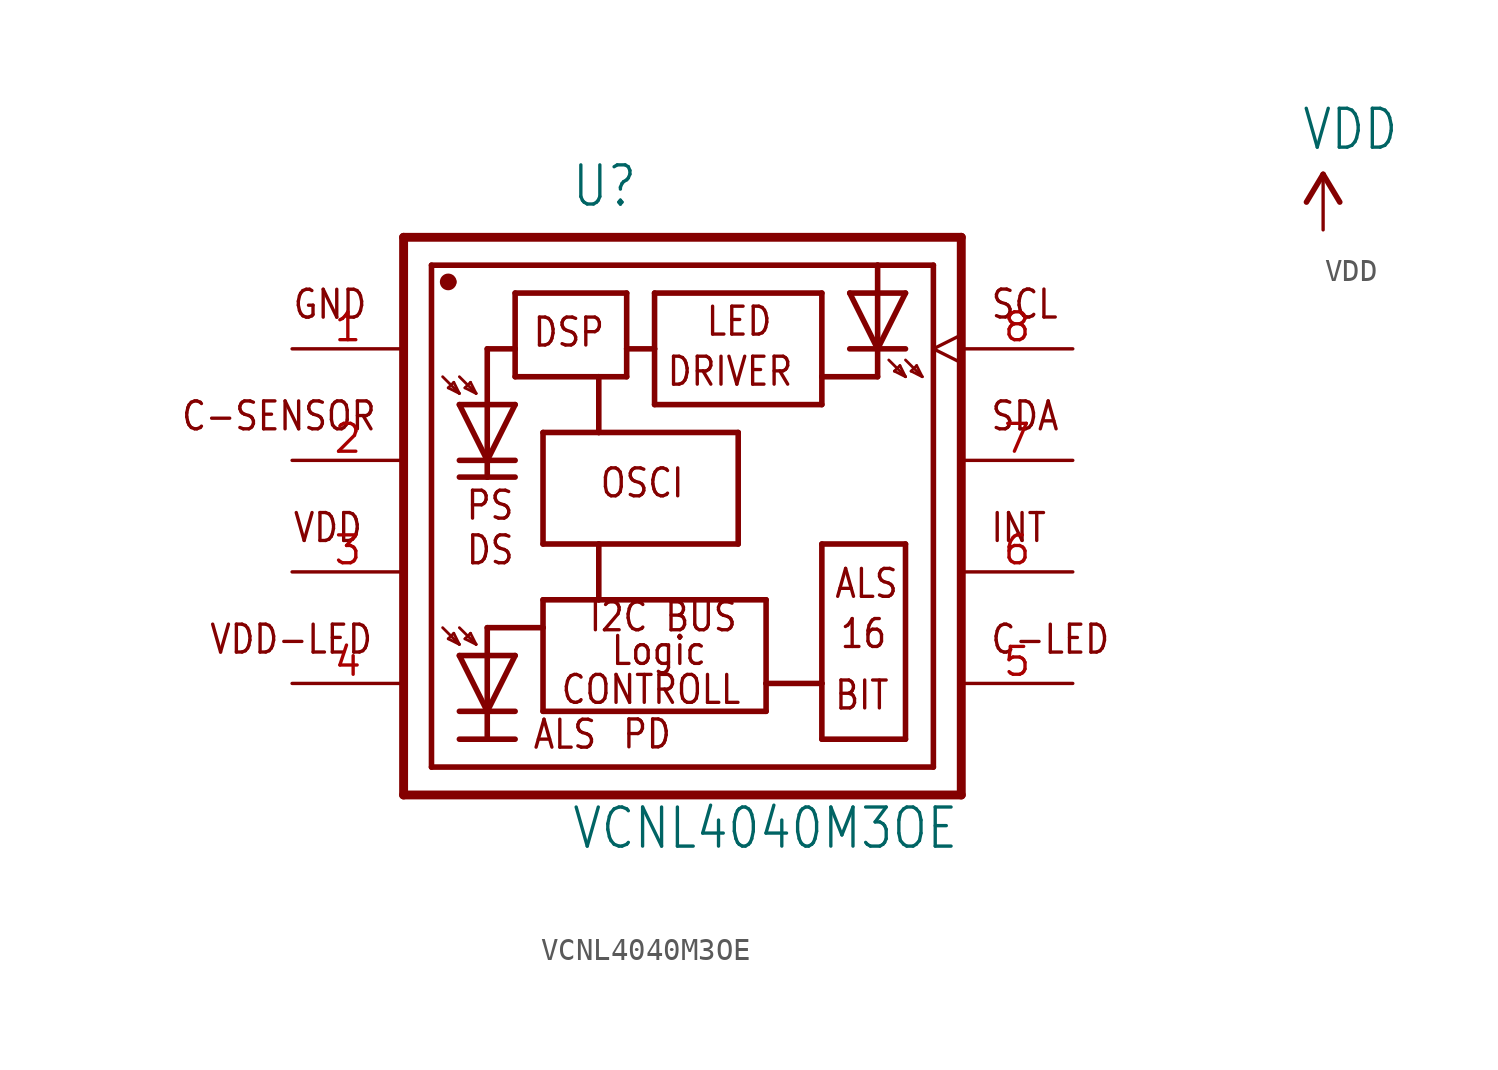
<source format=kicad_sym>
(kicad_symbol_lib
  (version 20211014)
  (generator kicad_symbol_editor)
  (symbol "VCNL4040M3OE"
    (property "Reference" "U"
      (at -5.088 13.992 0)
      (effects (font (size 1.781 1.514)) (justify left bottom)))
    (property "Value" "VCNL4040M3OE"
      (at -5.085 -15.255 0)
      (effects (font (size 1.78 1.513)) (justify left bottom)))
    (property "ki_locked" ""
      (at 0 0 0)
      (effects (font (size 1.27 1.27))))
    (symbol "VCNL4040M3OE_1_0"
      (circle (center -10.668 10.668) (radius 0.18) (stroke (width 0.254) (type default) (color 0 0 0 0)) (fill (type none)))
      (circle (center -10.668 10.668) (radius 0.254) (stroke (width 0.254) (type default) (color 0 0 0 0)) (fill (type none)))
      (circle (center -10.541 10.668) (radius 0.127) (stroke (width 0.254) (type default) (color 0 0 0 0)) (fill (type none)))
      (polyline (pts (xy -12.7 -12.7) (xy -12.7 12.7)) (stroke (width 0.406) (type default) (color 0 0 0 0)) (fill (type none)))
      (polyline (pts (xy -12.7 12.7) (xy 12.7 12.7)) (stroke (width 0.406) (type default) (color 0 0 0 0)) (fill (type none)))
      (polyline (pts (xy -11.43 -11.43) (xy -11.43 11.43)) (stroke (width 0.254) (type default) (color 0 0 0 0)) (fill (type none)))
      (polyline (pts (xy -11.43 11.43) (xy 8.89 11.43)) (stroke (width 0.254) (type default) (color 0 0 0 0)) (fill (type none)))
      (polyline (pts (xy -10.922 -5.08) (xy -10.16 -5.842)) (stroke (width 0.127) (type default) (color 0 0 0 0)) (fill (type none)))
      (polyline (pts (xy -10.922 6.35) (xy -10.16 5.588)) (stroke (width 0.127) (type default) (color 0 0 0 0)) (fill (type none)))
      (polyline (pts (xy -10.668 -5.588) (xy -10.16 -5.842)) (stroke (width 0.127) (type default) (color 0 0 0 0)) (fill (type none)))
      (polyline (pts (xy -10.668 5.842) (xy -10.16 5.588)) (stroke (width 0.127) (type default) (color 0 0 0 0)) (fill (type none)))
      (polyline (pts (xy -10.414 -5.334) (xy -10.668 -5.588)) (stroke (width 0.127) (type default) (color 0 0 0 0)) (fill (type none)))
      (polyline (pts (xy -10.414 6.096) (xy -10.668 5.842)) (stroke (width 0.127) (type default) (color 0 0 0 0)) (fill (type none)))
      (polyline (pts (xy -10.16 -6.35) (xy -8.89 -8.89)) (stroke (width 0.254) (type default) (color 0 0 0 0)) (fill (type none)))
      (polyline (pts (xy -10.16 -5.842) (xy -10.414 -5.334)) (stroke (width 0.127) (type default) (color 0 0 0 0)) (fill (type none)))
      (polyline (pts (xy -10.16 -5.08) (xy -9.398 -5.842)) (stroke (width 0.127) (type default) (color 0 0 0 0)) (fill (type none)))
      (polyline (pts (xy -10.16 2.54) (xy -7.62 2.54)) (stroke (width 0.254) (type default) (color 0 0 0 0)) (fill (type none)))
      (polyline (pts (xy -10.16 5.08) (xy -7.62 5.08)) (stroke (width 0.254) (type default) (color 0 0 0 0)) (fill (type none)))
      (polyline (pts (xy -10.16 5.588) (xy -10.414 6.096)) (stroke (width 0.127) (type default) (color 0 0 0 0)) (fill (type none)))
      (polyline (pts (xy -10.16 6.35) (xy -9.398 5.588)) (stroke (width 0.127) (type default) (color 0 0 0 0)) (fill (type none)))
      (polyline (pts (xy -9.906 -5.588) (xy -9.398 -5.842)) (stroke (width 0.127) (type default) (color 0 0 0 0)) (fill (type none)))
      (polyline (pts (xy -9.906 5.842) (xy -9.398 5.588)) (stroke (width 0.127) (type default) (color 0 0 0 0)) (fill (type none)))
      (polyline (pts (xy -9.652 -5.334) (xy -9.906 -5.588)) (stroke (width 0.127) (type default) (color 0 0 0 0)) (fill (type none)))
      (polyline (pts (xy -9.652 6.096) (xy -9.906 5.842)) (stroke (width 0.127) (type default) (color 0 0 0 0)) (fill (type none)))
      (polyline (pts (xy -9.398 -5.842) (xy -9.652 -5.334)) (stroke (width 0.127) (type default) (color 0 0 0 0)) (fill (type none)))
      (polyline (pts (xy -9.398 5.588) (xy -9.652 6.096)) (stroke (width 0.127) (type default) (color 0 0 0 0)) (fill (type none)))
      (polyline (pts (xy -8.89 -10.16) (xy -10.16 -10.16)) (stroke (width 0.254) (type default) (color 0 0 0 0)) (fill (type none)))
      (polyline (pts (xy -8.89 -10.16) (xy -7.62 -10.16)) (stroke (width 0.254) (type default) (color 0 0 0 0)) (fill (type none)))
      (polyline (pts (xy -8.89 -8.89) (xy -8.89 -10.16)) (stroke (width 0.254) (type default) (color 0 0 0 0)) (fill (type none)))
      (polyline (pts (xy -8.89 -8.89) (xy -7.62 -6.35)) (stroke (width 0.254) (type default) (color 0 0 0 0)) (fill (type none)))
      (polyline (pts (xy -8.89 -5.08) (xy -8.89 -8.89)) (stroke (width 0.254) (type default) (color 0 0 0 0)) (fill (type none)))
      (polyline (pts (xy -8.89 1.778) (xy -10.16 1.778)) (stroke (width 0.254) (type default) (color 0 0 0 0)) (fill (type none)))
      (polyline (pts (xy -8.89 1.778) (xy -7.62 1.778)) (stroke (width 0.254) (type default) (color 0 0 0 0)) (fill (type none)))
      (polyline (pts (xy -8.89 2.54) (xy -10.16 5.08)) (stroke (width 0.254) (type default) (color 0 0 0 0)) (fill (type none)))
      (polyline (pts (xy -8.89 2.54) (xy -8.89 1.778)) (stroke (width 0.254) (type default) (color 0 0 0 0)) (fill (type none)))
      (polyline (pts (xy -8.89 7.62) (xy -8.89 2.54)) (stroke (width 0.254) (type default) (color 0 0 0 0)) (fill (type none)))
      (polyline (pts (xy -7.62 -8.89) (xy -10.16 -8.89)) (stroke (width 0.254) (type default) (color 0 0 0 0)) (fill (type none)))
      (polyline (pts (xy -7.62 -6.35) (xy -10.16 -6.35)) (stroke (width 0.254) (type default) (color 0 0 0 0)) (fill (type none)))
      (polyline (pts (xy -7.62 5.08) (xy -8.89 2.54)) (stroke (width 0.254) (type default) (color 0 0 0 0)) (fill (type none)))
      (polyline (pts (xy -7.62 6.35) (xy -3.81 6.35)) (stroke (width 0.254) (type default) (color 0 0 0 0)) (fill (type none)))
      (polyline (pts (xy -7.62 7.62) (xy -8.89 7.62)) (stroke (width 0.254) (type default) (color 0 0 0 0)) (fill (type none)))
      (polyline (pts (xy -7.62 7.62) (xy -7.62 6.35)) (stroke (width 0.254) (type default) (color 0 0 0 0)) (fill (type none)))
      (polyline (pts (xy -7.62 10.16) (xy -7.62 7.62)) (stroke (width 0.254) (type default) (color 0 0 0 0)) (fill (type none)))
      (polyline (pts (xy -6.35 -8.89) (xy 3.81 -8.89)) (stroke (width 0.254) (type default) (color 0 0 0 0)) (fill (type none)))
      (polyline (pts (xy -6.35 -5.08) (xy -8.89 -5.08)) (stroke (width 0.254) (type default) (color 0 0 0 0)) (fill (type none)))
      (polyline (pts (xy -6.35 -5.08) (xy -6.35 -8.89)) (stroke (width 0.254) (type default) (color 0 0 0 0)) (fill (type none)))
      (polyline (pts (xy -6.35 -3.81) (xy -6.35 -5.08)) (stroke (width 0.254) (type default) (color 0 0 0 0)) (fill (type none)))
      (polyline (pts (xy -6.35 -1.27) (xy -3.81 -1.27)) (stroke (width 0.254) (type default) (color 0 0 0 0)) (fill (type none)))
      (polyline (pts (xy -6.35 3.81) (xy -6.35 -1.27)) (stroke (width 0.254) (type default) (color 0 0 0 0)) (fill (type none)))
      (polyline (pts (xy -3.81 -3.81) (xy -6.35 -3.81)) (stroke (width 0.254) (type default) (color 0 0 0 0)) (fill (type none)))
      (polyline (pts (xy -3.81 -1.27) (xy -3.81 -3.81)) (stroke (width 0.254) (type default) (color 0 0 0 0)) (fill (type none)))
      (polyline (pts (xy -3.81 -1.27) (xy 2.54 -1.27)) (stroke (width 0.254) (type default) (color 0 0 0 0)) (fill (type none)))
      (polyline (pts (xy -3.81 3.81) (xy -6.35 3.81)) (stroke (width 0.254) (type default) (color 0 0 0 0)) (fill (type none)))
      (polyline (pts (xy -3.81 6.35) (xy -3.81 3.81)) (stroke (width 0.254) (type default) (color 0 0 0 0)) (fill (type none)))
      (polyline (pts (xy -3.81 6.35) (xy -2.54 6.35)) (stroke (width 0.254) (type default) (color 0 0 0 0)) (fill (type none)))
      (polyline (pts (xy -2.54 6.35) (xy -2.54 7.62)) (stroke (width 0.254) (type default) (color 0 0 0 0)) (fill (type none)))
      (polyline (pts (xy -2.54 7.62) (xy -2.54 10.16)) (stroke (width 0.254) (type default) (color 0 0 0 0)) (fill (type none)))
      (polyline (pts (xy -2.54 10.16) (xy -7.62 10.16)) (stroke (width 0.254) (type default) (color 0 0 0 0)) (fill (type none)))
      (polyline (pts (xy -1.27 5.08) (xy 6.35 5.08)) (stroke (width 0.254) (type default) (color 0 0 0 0)) (fill (type none)))
      (polyline (pts (xy -1.27 7.62) (xy -2.54 7.62)) (stroke (width 0.254) (type default) (color 0 0 0 0)) (fill (type none)))
      (polyline (pts (xy -1.27 7.62) (xy -1.27 5.08)) (stroke (width 0.254) (type default) (color 0 0 0 0)) (fill (type none)))
      (polyline (pts (xy -1.27 10.16) (xy -1.27 7.62)) (stroke (width 0.254) (type default) (color 0 0 0 0)) (fill (type none)))
      (polyline (pts (xy 2.54 -1.27) (xy 2.54 3.81)) (stroke (width 0.254) (type default) (color 0 0 0 0)) (fill (type none)))
      (polyline (pts (xy 2.54 3.81) (xy -3.81 3.81)) (stroke (width 0.254) (type default) (color 0 0 0 0)) (fill (type none)))
      (polyline (pts (xy 3.81 -8.89) (xy 3.81 -7.62)) (stroke (width 0.254) (type default) (color 0 0 0 0)) (fill (type none)))
      (polyline (pts (xy 3.81 -7.62) (xy 3.81 -3.81)) (stroke (width 0.254) (type default) (color 0 0 0 0)) (fill (type none)))
      (polyline (pts (xy 3.81 -7.62) (xy 6.35 -7.62)) (stroke (width 0.254) (type default) (color 0 0 0 0)) (fill (type none)))
      (polyline (pts (xy 3.81 -3.81) (xy -3.81 -3.81)) (stroke (width 0.254) (type default) (color 0 0 0 0)) (fill (type none)))
      (polyline (pts (xy 6.35 -10.16) (xy 6.35 -7.62)) (stroke (width 0.254) (type default) (color 0 0 0 0)) (fill (type none)))
      (polyline (pts (xy 6.35 -7.62) (xy 6.35 -1.27)) (stroke (width 0.254) (type default) (color 0 0 0 0)) (fill (type none)))
      (polyline (pts (xy 6.35 -1.27) (xy 10.16 -1.27)) (stroke (width 0.254) (type default) (color 0 0 0 0)) (fill (type none)))
      (polyline (pts (xy 6.35 5.08) (xy 6.35 6.35)) (stroke (width 0.254) (type default) (color 0 0 0 0)) (fill (type none)))
      (polyline (pts (xy 6.35 6.35) (xy 6.35 10.16)) (stroke (width 0.254) (type default) (color 0 0 0 0)) (fill (type none)))
      (polyline (pts (xy 6.35 6.35) (xy 8.89 6.35)) (stroke (width 0.254) (type default) (color 0 0 0 0)) (fill (type none)))
      (polyline (pts (xy 6.35 10.16) (xy -1.27 10.16)) (stroke (width 0.254) (type default) (color 0 0 0 0)) (fill (type none)))
      (polyline (pts (xy 7.62 7.62) (xy 10.16 7.62)) (stroke (width 0.254) (type default) (color 0 0 0 0)) (fill (type none)))
      (polyline (pts (xy 7.62 10.16) (xy 8.89 7.62)) (stroke (width 0.254) (type default) (color 0 0 0 0)) (fill (type none)))
      (polyline (pts (xy 8.89 6.35) (xy 8.89 7.62)) (stroke (width 0.254) (type default) (color 0 0 0 0)) (fill (type none)))
      (polyline (pts (xy 8.89 7.62) (xy 8.89 11.43)) (stroke (width 0.254) (type default) (color 0 0 0 0)) (fill (type none)))
      (polyline (pts (xy 8.89 7.62) (xy 10.16 10.16)) (stroke (width 0.254) (type default) (color 0 0 0 0)) (fill (type none)))
      (polyline (pts (xy 8.89 11.43) (xy 11.43 11.43)) (stroke (width 0.254) (type default) (color 0 0 0 0)) (fill (type none)))
      (polyline (pts (xy 9.398 7.112) (xy 10.16 6.35)) (stroke (width 0.127) (type default) (color 0 0 0 0)) (fill (type none)))
      (polyline (pts (xy 9.652 6.604) (xy 10.16 6.35)) (stroke (width 0.127) (type default) (color 0 0 0 0)) (fill (type none)))
      (polyline (pts (xy 9.906 6.858) (xy 9.652 6.604)) (stroke (width 0.127) (type default) (color 0 0 0 0)) (fill (type none)))
      (polyline (pts (xy 10.16 -10.16) (xy 6.35 -10.16)) (stroke (width 0.254) (type default) (color 0 0 0 0)) (fill (type none)))
      (polyline (pts (xy 10.16 -1.27) (xy 10.16 -10.16)) (stroke (width 0.254) (type default) (color 0 0 0 0)) (fill (type none)))
      (polyline (pts (xy 10.16 6.35) (xy 9.906 6.858)) (stroke (width 0.127) (type default) (color 0 0 0 0)) (fill (type none)))
      (polyline (pts (xy 10.16 7.112) (xy 10.922 6.35)) (stroke (width 0.127) (type default) (color 0 0 0 0)) (fill (type none)))
      (polyline (pts (xy 10.16 10.16) (xy 7.62 10.16)) (stroke (width 0.254) (type default) (color 0 0 0 0)) (fill (type none)))
      (polyline (pts (xy 10.414 6.604) (xy 10.922 6.35)) (stroke (width 0.127) (type default) (color 0 0 0 0)) (fill (type none)))
      (polyline (pts (xy 10.668 6.858) (xy 10.414 6.604)) (stroke (width 0.127) (type default) (color 0 0 0 0)) (fill (type none)))
      (polyline (pts (xy 10.922 6.35) (xy 10.668 6.858)) (stroke (width 0.127) (type default) (color 0 0 0 0)) (fill (type none)))
      (polyline (pts (xy 11.43 -11.43) (xy -11.43 -11.43)) (stroke (width 0.254) (type default) (color 0 0 0 0)) (fill (type none)))
      (polyline (pts (xy 11.43 11.43) (xy 11.43 -11.43)) (stroke (width 0.254) (type default) (color 0 0 0 0)) (fill (type none)))
      (polyline (pts (xy 12.7 -12.7) (xy -12.7 -12.7)) (stroke (width 0.406) (type default) (color 0 0 0 0)) (fill (type none)))
      (polyline (pts (xy 12.7 12.7) (xy 12.7 -12.7)) (stroke (width 0.406) (type default) (color 0 0 0 0)) (fill (type none)))
      (text "16" (at 7.116 -6.099 0) (effects (font (size 1.271 1.08)) (justify left bottom)))
      (text "ALS" (at -6.869 -10.685 0) (effects (font (size 1.272 1.081)) (justify left bottom)))
      (text "ALS" (at 6.868 -3.815 0) (effects (font (size 1.272 1.081)) (justify left bottom)))
      (text "BIT" (at 6.864 -8.898 0) (effects (font (size 1.271 1.08)) (justify left bottom)))
      (text "C-LED" (at 13.981 -6.355 0) (effects (font (size 1.271 1.08)) (justify left bottom)))
      (text "C-SENSOR" (at -22.883 3.814 0) (effects (font (size 1.271 1.081)) (justify left bottom)))
      (text "CONTROLL" (at -5.593 -8.644 0) (effects (font (size 1.271 1.08)) (justify left bottom)))
      (text "DRIVER" (at -0.763 5.849 0) (effects (font (size 1.271 1.081)) (justify left bottom)))
      (text "DS" (at -9.908 -2.287 0) (effects (font (size 1.27 1.08)) (justify left bottom)))
      (text "DSP" (at -6.869 7.632 0) (effects (font (size 1.272 1.081)) (justify left bottom)))
      (text "GND" (at -17.801 8.9 0) (effects (font (size 1.271 1.081)) (justify left bottom)))
      (text "I2C BUS" (at -4.322 -5.338 0) (effects (font (size 1.271 1.08)) (justify left bottom)))
      (text "INT" (at 13.98 -1.271 0) (effects (font (size 1.271 1.08)) (justify left bottom)))
      (text "LED" (at 1.016 8.13 0) (effects (font (size 1.27 1.08)) (justify left bottom)))
      (text "Logic" (at -3.308 -6.87 0) (effects (font (size 1.272 1.081)) (justify left bottom)))
      (text "OSCI" (at -3.813 0.763 0) (effects (font (size 1.271 1.08)) (justify left bottom)))
      (text "PD" (at -2.795 -10.671 0) (effects (font (size 1.27 1.08)) (justify left bottom)))
      (text "PS" (at -9.918 -0.254 0) (effects (font (size 1.272 1.081)) (justify left bottom)))
      (text "SCL" (at 13.997 8.907 0) (effects (font (size 1.272 1.081)) (justify left bottom)))
      (text "SDA" (at 13.985 3.814 0) (effects (font (size 1.271 1.081)) (justify left bottom)))
      (text "VDD" (at -17.793 -1.271 0) (effects (font (size 1.271 1.08)) (justify left bottom)))
      (text "VDD-LED" (at -21.6 -6.353 0) (effects (font (size 1.27 1.08)) (justify left bottom)))
      (pin power_in line (at -17.78 7.62 0) (length 5.08) (name "GND" (effects (font (size 0 0)))) (number "1" (effects (font (size 1.27 1.27)))))
      (pin output line (at -17.78 2.54 0) (length 5.08) (name "C-SENSOR" (effects (font (size 0 0)))) (number "2" (effects (font (size 1.27 1.27)))))
      (pin power_in line (at -17.78 -2.54 0) (length 5.08) (name "VDD" (effects (font (size 0 0)))) (number "3" (effects (font (size 1.27 1.27)))))
      (pin power_in line (at -17.78 -7.62 0) (length 5.08) (name "VDD-LED" (effects (font (size 0 0)))) (number "4" (effects (font (size 1.27 1.27)))))
      (pin output line (at 17.78 -7.62 180) (length 5.08) (name "C-LED" (effects (font (size 0 0)))) (number "5" (effects (font (size 1.27 1.27)))))
      (pin output line (at 17.78 -2.54 180) (length 5.08) (name "INT" (effects (font (size 0 0)))) (number "6" (effects (font (size 1.27 1.27)))))
      (pin bidirectional line (at 17.78 2.54 180) (length 5.08) (name "SDA" (effects (font (size 0 0)))) (number "7" (effects (font (size 1.27 1.27)))))
      (pin input clock (at 17.78 7.62 180) (length 5.08) (name "SCL" (effects (font (size 0 0)))) (number "8" (effects (font (size 1.27 1.27)))))))
  (symbol "VDD"
    (power)
    (property "Reference" ""
      (at 0 0 0)
      (effects (font (size 1.27 1.27)) hide))
    (property "Value" "VDD"
      (at -1.016 3.556 0)
      (effects (font (size 1.778 1.511)) (justify left bottom)))
    (property "ki_locked" ""
      (at 0 0 0)
      (effects (font (size 1.27 1.27))))
    (symbol "VDD_1_0"
      (polyline (pts (xy 0 2.54) (xy -0.762 1.27)) (stroke (width 0.254) (type default) (color 0 0 0 0)) (fill (type none)))
      (polyline (pts (xy 0.762 1.27) (xy 0 2.54)) (stroke (width 0.254) (type default) (color 0 0 0 0)) (fill (type none)))
      (pin power_in line (at 0 0 90) (length 2.54) (name "VDD" (effects (font (size 0 0)))) (number "1" (effects (font (size 0 0))))))))
</source>
